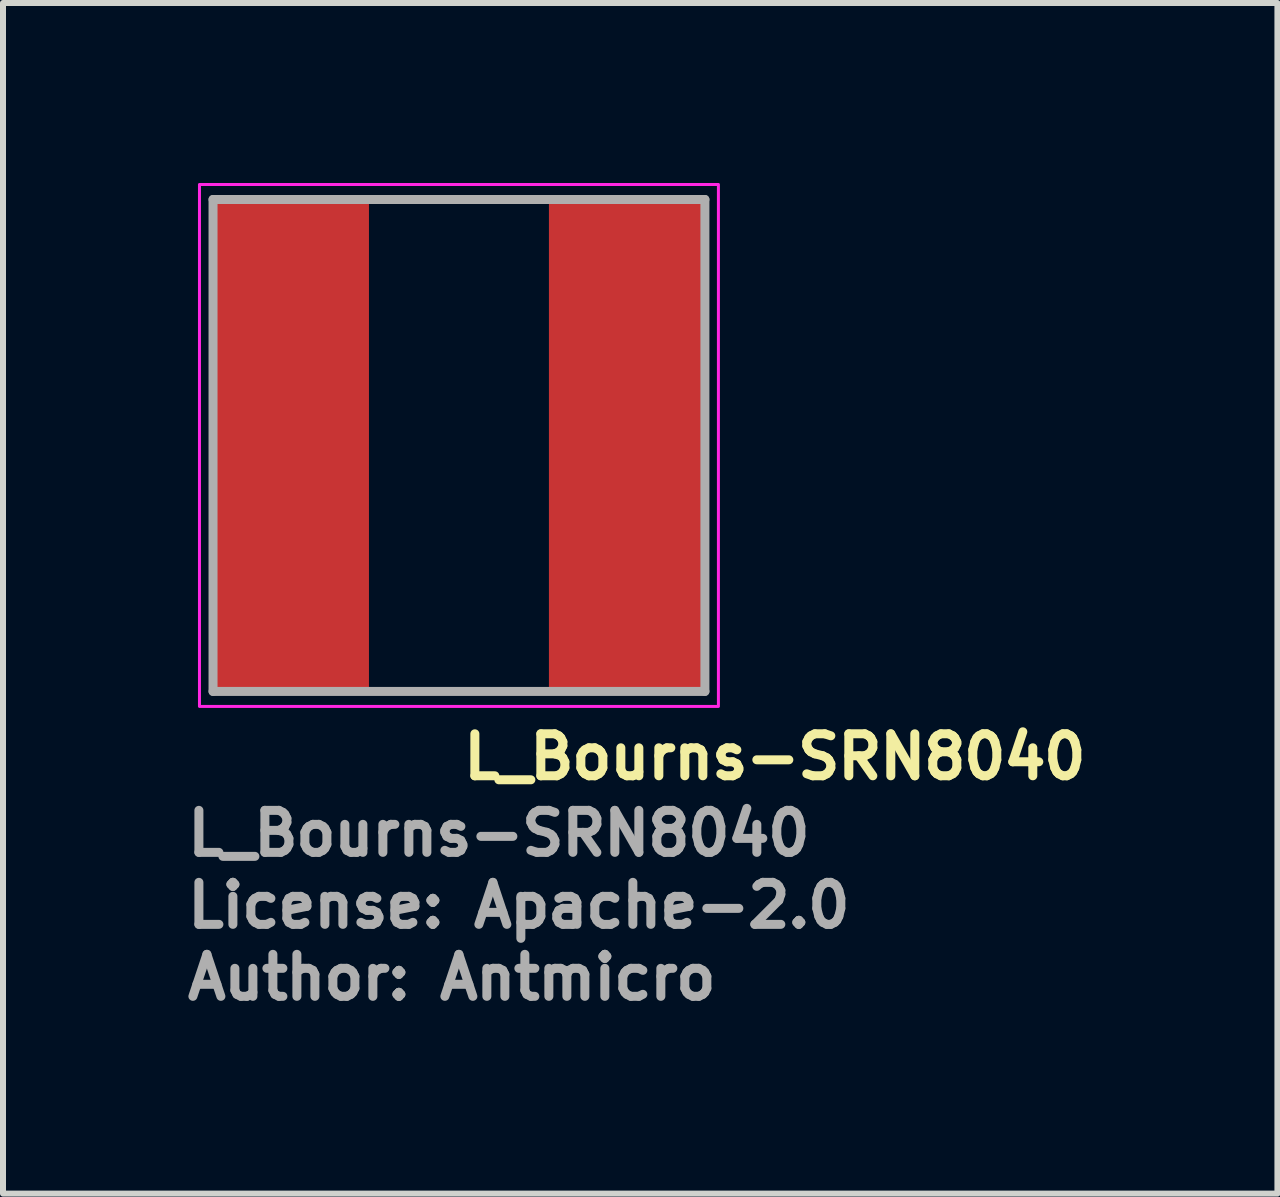
<source format=kicad_pcb>
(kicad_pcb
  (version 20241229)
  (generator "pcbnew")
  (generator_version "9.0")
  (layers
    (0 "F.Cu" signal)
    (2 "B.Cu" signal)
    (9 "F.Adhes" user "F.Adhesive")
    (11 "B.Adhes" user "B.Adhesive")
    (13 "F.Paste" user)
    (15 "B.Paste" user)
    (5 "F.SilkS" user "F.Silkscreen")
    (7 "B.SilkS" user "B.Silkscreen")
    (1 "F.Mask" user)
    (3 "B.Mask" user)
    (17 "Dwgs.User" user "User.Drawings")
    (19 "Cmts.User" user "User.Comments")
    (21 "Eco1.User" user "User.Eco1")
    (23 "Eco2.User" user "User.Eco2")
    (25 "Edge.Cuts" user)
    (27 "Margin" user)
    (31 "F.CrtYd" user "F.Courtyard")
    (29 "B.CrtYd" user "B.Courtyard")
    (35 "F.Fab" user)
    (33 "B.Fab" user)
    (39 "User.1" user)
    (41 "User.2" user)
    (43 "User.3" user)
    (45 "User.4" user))
  (footprint "L_Bourns-SRN8040"
    (layer "F.Cu")
    (at 4.6 4.375)
    (property "Reference" "L_Bourns-SRN8040" (at 0 5.6 0) (layer "F.SilkS") (effects (font (size 0.7 0.7) (thickness 0.15)) (justify left bottom)))
    (attr smd)
    (fp_line (start -1.3 -4.1) (end 1.3 -4.1) (stroke (width 0.12) (type solid)) (layer "F.SilkS"))
    (fp_line (start -1.3 4.1) (end 1.3 4.1) (stroke (width 0.12) (type solid)) (layer "F.SilkS"))
    (fp_rect (start -4.325 -4.35) (end 4.325 4.35) (stroke (width 0.05) (type solid)) (fill no) (layer "F.CrtYd"))
    (fp_line (start -4.099 -4.1) (end 4.1 -4.1) (stroke (width 0.15) (type solid)) (layer "F.Fab"))
    (fp_line (start -4.099 4.1) (end -4.099 -4.1) (stroke (width 0.15) (type solid)) (layer "F.Fab"))
    (fp_line (start 4.1 -4.1) (end 4.1 4.1) (stroke (width 0.15) (type solid)) (layer "F.Fab"))
    (fp_line (start 4.1 4.1) (end -4.099 4.1) (stroke (width 0.15) (type solid)) (layer "F.Fab"))
    (fp_rect (start -4 -4) (end 4 4) (stroke (width 0.1) (type solid)) (fill no) (layer "User.5"))
    (fp_line (start -4 -3.1) (end -4 3.1) (stroke (width 0.02) (type solid)) (layer "User.9"))
    (fp_line (start -4 3.1) (end -3.999 3.102) (stroke (width 0.02) (type solid)) (layer "User.9"))
    (fp_line (start -3.999 -3.109) (end -3.999 -3.107) (stroke (width 0.02) (type solid)) (layer "User.9"))
    (fp_line (start -3.999 -3.107) (end -3.999 -3.104) (stroke (width 0.02) (type solid)) (layer "User.9"))
    (fp_line (start -3.999 -3.104) (end -3.999 -3.102) (stroke (width 0.02) (type solid)) (layer "User.9"))
    (fp_line (start -3.999 -3.102) (end -4 -3.1) (stroke (width 0.02) (type solid)) (layer "User.9"))
    (fp_line (start -3.999 3.102) (end -3.999 3.104) (stroke (width 0.02) (type solid)) (layer "User.9"))
    (fp_line (start -3.999 3.104) (end -3.999 3.107) (stroke (width 0.02) (type solid)) (layer "User.9"))
    (fp_line (start -3.999 3.107) (end -3.999 3.109) (stroke (width 0.02) (type solid)) (layer "User.9"))
    (fp_line (start -3.999 3.109) (end -3.998 3.112) (stroke (width 0.02) (type solid)) (layer "User.9"))
    (fp_line (start -3.998 -3.112) (end -3.999 -3.109) (stroke (width 0.02) (type solid)) (layer "User.9"))
    (fp_line (start -3.998 3.112) (end -3.997 3.114) (stroke (width 0.02) (type solid)) (layer "User.9"))
    (fp_line (start -3.997 -3.116) (end -3.997 -3.114) (stroke (width 0.02) (type solid)) (layer "User.9"))
    (fp_line (start -3.997 -3.114) (end -3.998 -3.112) (stroke (width 0.02) (type solid)) (layer "User.9"))
    (fp_line (start -3.997 3.114) (end -3.997 3.116) (stroke (width 0.02) (type solid)) (layer "User.9"))
    (fp_line (start -3.997 3.116) (end -3.996 3.119) (stroke (width 0.02) (type solid)) (layer "User.9"))
    (fp_line (start -3.996 -3.119) (end -3.997 -3.116) (stroke (width 0.02) (type solid)) (layer "User.9"))
    (fp_line (start -3.996 3.119) (end -3.995 3.121) (stroke (width 0.02) (type solid)) (layer "User.9"))
    (fp_line (start -3.995 -3.121) (end -3.996 -3.119) (stroke (width 0.02) (type solid)) (layer "User.9"))
    (fp_line (start -3.995 3.121) (end -3.994 3.123) (stroke (width 0.02) (type solid)) (layer "User.9"))
    (fp_line (start -3.994 -3.123) (end -3.995 -3.121) (stroke (width 0.02) (type solid)) (layer "User.9"))
    (fp_line (start -3.994 3.123) (end -3.992 3.125) (stroke (width 0.02) (type solid)) (layer "User.9"))
    (fp_line (start -3.992 -3.125) (end -3.994 -3.123) (stroke (width 0.02) (type solid)) (layer "User.9"))
    (fp_line (start -3.992 3.125) (end -3.991 3.127) (stroke (width 0.02) (type solid)) (layer "User.9"))
    (fp_line (start -3.991 -3.127) (end -3.992 -3.125) (stroke (width 0.02) (type solid)) (layer "User.9"))
    (fp_line (start -3.991 3.127) (end -3.99 3.129) (stroke (width 0.02) (type solid)) (layer "User.9"))
    (fp_line (start -3.99 -3.129) (end -3.991 -3.127) (stroke (width 0.02) (type solid)) (layer "User.9"))
    (fp_line (start -3.99 3.129) (end -3.988 3.131) (stroke (width 0.02) (type solid)) (layer "User.9"))
    (fp_line (start -3.988 -3.131) (end -3.99 -3.129) (stroke (width 0.02) (type solid)) (layer "User.9"))
    (fp_line (start -3.988 3.131) (end -3.987 3.133) (stroke (width 0.02) (type solid)) (layer "User.9"))
    (fp_line (start -3.987 -3.133) (end -3.988 -3.131) (stroke (width 0.02) (type solid)) (layer "User.9"))
    (fp_line (start -3.987 3.133) (end -3.985 3.135) (stroke (width 0.02) (type solid)) (layer "User.9"))
    (fp_line (start -3.985 -3.135) (end -3.987 -3.133) (stroke (width 0.02) (type solid)) (layer "User.9"))
    (fp_line (start -3.985 -3.135) (end -3.985 -3.135) (stroke (width 0.02) (type solid)) (layer "User.9"))
    (fp_line (start -3.985 3.135) (end -3.985 3.135) (stroke (width 0.02) (type solid)) (layer "User.9"))
    (fp_line (start -3.985 3.135) (end -3.983 3.137) (stroke (width 0.02) (type solid)) (layer "User.9"))
    (fp_line (start -3.983 -3.137) (end -3.985 -3.135) (stroke (width 0.02) (type solid)) (layer "User.9"))
    (fp_line (start -3.983 3.137) (end -3.981 3.138) (stroke (width 0.02) (type solid)) (layer "User.9"))
    (fp_line (start -3.981 -3.138) (end -3.983 -3.137) (stroke (width 0.02) (type solid)) (layer "User.9"))
    (fp_line (start -3.981 3.138) (end -3.979 3.14) (stroke (width 0.02) (type solid)) (layer "User.9"))
    (fp_line (start -3.979 -3.14) (end -3.981 -3.138) (stroke (width 0.02) (type solid)) (layer "User.9"))
    (fp_line (start -3.979 3.14) (end -3.977 3.141) (stroke (width 0.02) (type solid)) (layer "User.9"))
    (fp_line (start -3.977 -3.141) (end -3.979 -3.14) (stroke (width 0.02) (type solid)) (layer "User.9"))
    (fp_line (start -3.977 3.141) (end -3.975 3.142) (stroke (width 0.02) (type solid)) (layer "User.9"))
    (fp_line (start -3.975 -3.142) (end -3.977 -3.141) (stroke (width 0.02) (type solid)) (layer "User.9"))
    (fp_line (start -3.975 3.142) (end -3.973 3.144) (stroke (width 0.02) (type solid)) (layer "User.9"))
    (fp_line (start -3.973 -3.144) (end -3.975 -3.142) (stroke (width 0.02) (type solid)) (layer "User.9"))
    (fp_line (start -3.973 3.144) (end -3.971 3.145) (stroke (width 0.02) (type solid)) (layer "User.9"))
    (fp_line (start -3.971 -3.145) (end -3.973 -3.144) (stroke (width 0.02) (type solid)) (layer "User.9"))
    (fp_line (start -3.971 3.145) (end -3.969 3.146) (stroke (width 0.02) (type solid)) (layer "User.9"))
    (fp_line (start -3.969 -3.146) (end -3.971 -3.145) (stroke (width 0.02) (type solid)) (layer "User.9"))
    (fp_line (start -3.969 3.146) (end -3.966 3.147) (stroke (width 0.02) (type solid)) (layer "User.9"))
    (fp_line (start -3.966 -3.147) (end -3.969 -3.146) (stroke (width 0.02) (type solid)) (layer "User.9"))
    (fp_line (start -3.966 3.147) (end -3.964 3.147) (stroke (width 0.02) (type solid)) (layer "User.9"))
    (fp_line (start -3.964 -3.147) (end -3.966 -3.147) (stroke (width 0.02) (type solid)) (layer "User.9"))
    (fp_line (start -3.964 3.147) (end -3.962 3.148) (stroke (width 0.02) (type solid)) (layer "User.9"))
    (fp_line (start -3.962 -3.148) (end -3.964 -3.147) (stroke (width 0.02) (type solid)) (layer "User.9"))
    (fp_line (start -3.962 3.148) (end -3.959 3.149) (stroke (width 0.02) (type solid)) (layer "User.9"))
    (fp_line (start -3.959 -3.149) (end -3.962 -3.148) (stroke (width 0.02) (type solid)) (layer "User.9"))
    (fp_line (start -3.959 3.149) (end -3.957 3.149) (stroke (width 0.02) (type solid)) (layer "User.9"))
    (fp_line (start -3.957 -3.149) (end -3.959 -3.149) (stroke (width 0.02) (type solid)) (layer "User.9"))
    (fp_line (start -3.957 3.149) (end -3.954 3.149) (stroke (width 0.02) (type solid)) (layer "User.9"))
    (fp_line (start -3.954 -3.149) (end -3.957 -3.149) (stroke (width 0.02) (type solid)) (layer "User.9"))
    (fp_line (start -3.954 3.149) (end -3.952 3.149) (stroke (width 0.02) (type solid)) (layer "User.9"))
    (fp_line (start -3.952 -3.149) (end -3.954 -3.149) (stroke (width 0.02) (type solid)) (layer "User.9"))
    (fp_line (start -3.952 3.149) (end -3.95 3.15) (stroke (width 0.02) (type solid)) (layer "User.9"))
    (fp_line (start -3.95 -3.15) (end -3.952 -3.149) (stroke (width 0.02) (type solid)) (layer "User.9"))
    (fp_line (start -3.95 -3.15) (end -3.54 -3.15) (stroke (width 0.02) (type solid)) (layer "User.9"))
    (fp_line (start -3.95 3.15) (end -3.48 3.15) (stroke (width 0.02) (type solid)) (layer "User.9"))
    (fp_line (start -3.569 3.15) (end -3.48 3.15) (stroke (width 0.02) (type solid)) (layer "User.9"))
    (fp_line (start -3.54 3.15) (end -3.95 3.15) (stroke (width 0.02) (type solid)) (layer "User.9"))
    (fp_line (start -3.529 -3.109) (end -3.528 -3.112) (stroke (width 0.02) (type solid)) (layer "User.9"))
    (fp_line (start -3.529 -3.107) (end -3.529 -3.109) (stroke (width 0.02) (type solid)) (layer "User.9"))
    (fp_line (start -3.529 -3.104) (end -3.529 -3.107) (stroke (width 0.02) (type solid)) (layer "User.9"))
    (fp_line (start -3.529 -3.102) (end -3.529 -3.104) (stroke (width 0.02) (type solid)) (layer "User.9"))
    (fp_line (start -3.529 -3.1) (end -3.529 -3.102) (stroke (width 0.02) (type solid)) (layer "User.9"))
    (fp_line (start -3.529 -3.1) (end -3.529 3.1) (stroke (width 0.02) (type solid)) (layer "User.9"))
    (fp_line (start -3.529 3.102) (end -3.529 3.1) (stroke (width 0.02) (type solid)) (layer "User.9"))
    (fp_line (start -3.529 3.104) (end -3.529 3.102) (stroke (width 0.02) (type solid)) (layer "User.9"))
    (fp_line (start -3.529 3.107) (end -3.529 3.104) (stroke (width 0.02) (type solid)) (layer "User.9"))
    (fp_line (start -3.529 3.109) (end -3.529 3.107) (stroke (width 0.02) (type solid)) (layer "User.9"))
    (fp_line (start -3.528 -3.112) (end -3.527 -3.114) (stroke (width 0.02) (type solid)) (layer "User.9"))
    (fp_line (start -3.528 3.112) (end -3.529 3.109) (stroke (width 0.02) (type solid)) (layer "User.9"))
    (fp_line (start -3.527 -3.116) (end -3.526 -3.119) (stroke (width 0.02) (type solid)) (layer "User.9"))
    (fp_line (start -3.527 -3.114) (end -3.527 -3.116) (stroke (width 0.02) (type solid)) (layer "User.9"))
    (fp_line (start -3.527 3.114) (end -3.528 3.112) (stroke (width 0.02) (type solid)) (layer "User.9"))
    (fp_line (start -3.527 3.116) (end -3.527 3.114) (stroke (width 0.02) (type solid)) (layer "User.9"))
    (fp_line (start -3.526 -3.119) (end -3.525 -3.121) (stroke (width 0.02) (type solid)) (layer "User.9"))
    (fp_line (start -3.526 3.119) (end -3.527 3.116) (stroke (width 0.02) (type solid)) (layer "User.9"))
    (fp_line (start -3.525 -3.121) (end -3.524 -3.123) (stroke (width 0.02) (type solid)) (layer "User.9"))
    (fp_line (start -3.525 3.121) (end -3.526 3.119) (stroke (width 0.02) (type solid)) (layer "User.9"))
    (fp_line (start -3.524 -3.123) (end -3.522 -3.125) (stroke (width 0.02) (type solid)) (layer "User.9"))
    (fp_line (start -3.524 3.123) (end -3.525 3.121) (stroke (width 0.02) (type solid)) (layer "User.9"))
    (fp_line (start -3.522 -3.125) (end -3.521 -3.127) (stroke (width 0.02) (type solid)) (layer "User.9"))
    (fp_line (start -3.522 3.125) (end -3.524 3.123) (stroke (width 0.02) (type solid)) (layer "User.9"))
    (fp_line (start -3.521 -3.127) (end -3.52 -3.129) (stroke (width 0.02) (type solid)) (layer "User.9"))
    (fp_line (start -3.521 3.127) (end -3.522 3.125) (stroke (width 0.02) (type solid)) (layer "User.9"))
    (fp_line (start -3.52 -3.129) (end -3.518 -3.131) (stroke (width 0.02) (type solid)) (layer "User.9"))
    (fp_line (start -3.52 3.129) (end -3.521 3.127) (stroke (width 0.02) (type solid)) (layer "User.9"))
    (fp_line (start -3.518 -3.131) (end -3.517 -3.133) (stroke (width 0.02) (type solid)) (layer "User.9"))
    (fp_line (start -3.518 3.131) (end -3.52 3.129) (stroke (width 0.02) (type solid)) (layer "User.9"))
    (fp_line (start -3.517 -3.133) (end -3.515 -3.135) (stroke (width 0.02) (type solid)) (layer "User.9"))
    (fp_line (start -3.517 3.133) (end -3.518 3.131) (stroke (width 0.02) (type solid)) (layer "User.9"))
    (fp_line (start -3.515 -3.135) (end -3.515 -3.135) (stroke (width 0.02) (type solid)) (layer "User.9"))
    (fp_line (start -3.515 -3.135) (end -3.513 -3.137) (stroke (width 0.02) (type solid)) (layer "User.9"))
    (fp_line (start -3.515 3.135) (end -3.517 3.133) (stroke (width 0.02) (type solid)) (layer "User.9"))
    (fp_line (start -3.515 3.135) (end -3.515 3.135) (stroke (width 0.02) (type solid)) (layer "User.9"))
    (fp_line (start -3.513 -3.137) (end -3.511 -3.138) (stroke (width 0.02) (type solid)) (layer "User.9"))
    (fp_line (start -3.513 3.137) (end -3.515 3.135) (stroke (width 0.02) (type solid)) (layer "User.9"))
    (fp_line (start -3.511 -3.138) (end -3.509 -3.14) (stroke (width 0.02) (type solid)) (layer "User.9"))
    (fp_line (start -3.511 3.138) (end -3.513 3.137) (stroke (width 0.02) (type solid)) (layer "User.9"))
    (fp_line (start -3.509 -3.14) (end -3.507 -3.141) (stroke (width 0.02) (type solid)) (layer "User.9"))
    (fp_line (start -3.509 3.14) (end -3.511 3.138) (stroke (width 0.02) (type solid)) (layer "User.9"))
    (fp_line (start -3.507 -3.141) (end -3.505 -3.142) (stroke (width 0.02) (type solid)) (layer "User.9"))
    (fp_line (start -3.507 3.141) (end -3.509 3.14) (stroke (width 0.02) (type solid)) (layer "User.9"))
    (fp_line (start -3.505 -3.142) (end -3.503 -3.144) (stroke (width 0.02) (type solid)) (layer "User.9"))
    (fp_line (start -3.505 3.142) (end -3.507 3.141) (stroke (width 0.02) (type solid)) (layer "User.9"))
    (fp_line (start -3.503 -3.144) (end -3.501 -3.145) (stroke (width 0.02) (type solid)) (layer "User.9"))
    (fp_line (start -3.503 3.144) (end -3.505 3.142) (stroke (width 0.02) (type solid)) (layer "User.9"))
    (fp_line (start -3.501 -3.145) (end -3.499 -3.146) (stroke (width 0.02) (type solid)) (layer "User.9"))
    (fp_line (start -3.501 3.145) (end -3.503 3.144) (stroke (width 0.02) (type solid)) (layer "User.9"))
    (fp_line (start -3.499 -3.146) (end -3.496 -3.147) (stroke (width 0.02) (type solid)) (layer "User.9"))
    (fp_line (start -3.499 3.146) (end -3.501 3.145) (stroke (width 0.02) (type solid)) (layer "User.9"))
    (fp_line (start -3.496 -3.147) (end -3.494 -3.147) (stroke (width 0.02) (type solid)) (layer "User.9"))
    (fp_line (start -3.496 3.147) (end -3.499 3.146) (stroke (width 0.02) (type solid)) (layer "User.9"))
    (fp_line (start -3.494 -3.147) (end -3.492 -3.148) (stroke (width 0.02) (type solid)) (layer "User.9"))
    (fp_line (start -3.494 3.147) (end -3.496 3.147) (stroke (width 0.02) (type solid)) (layer "User.9"))
    (fp_line (start -3.492 -3.148) (end -3.489 -3.149) (stroke (width 0.02) (type solid)) (layer "User.9"))
    (fp_line (start -3.492 3.148) (end -3.494 3.147) (stroke (width 0.02) (type solid)) (layer "User.9"))
    (fp_line (start -3.489 -3.149) (end -3.487 -3.149) (stroke (width 0.02) (type solid)) (layer "User.9"))
    (fp_line (start -3.489 3.149) (end -3.492 3.148) (stroke (width 0.02) (type solid)) (layer "User.9"))
    (fp_line (start -3.487 -3.149) (end -3.484 -3.149) (stroke (width 0.02) (type solid)) (layer "User.9"))
    (fp_line (start -3.487 3.149) (end -3.489 3.149) (stroke (width 0.02) (type solid)) (layer "User.9"))
    (fp_line (start -3.484 -3.149) (end -3.482 -3.149) (stroke (width 0.02) (type solid)) (layer "User.9"))
    (fp_line (start -3.484 3.149) (end -3.487 3.149) (stroke (width 0.02) (type solid)) (layer "User.9"))
    (fp_line (start -3.482 -3.149) (end -3.48 -3.15) (stroke (width 0.02) (type solid)) (layer "User.9"))
    (fp_line (start -3.482 3.149) (end -3.484 3.149) (stroke (width 0.02) (type solid)) (layer "User.9"))
    (fp_line (start -3.48 -3.15) (end -3.95 -3.15) (stroke (width 0.02) (type solid)) (layer "User.9"))
    (fp_line (start -3.48 -3.15) (end -3.569 -3.15) (stroke (width 0.02) (type solid)) (layer "User.9"))
    (fp_line (start -3.48 3.15) (end -3.482 3.149) (stroke (width 0.02) (type solid)) (layer "User.9"))
    (fp_line (start -3.48 3.15) (end -2.52 3.15) (stroke (width 0.02) (type solid)) (layer "User.9"))
    (fp_line (start -2.52 -3.15) (end -3.48 -3.15) (stroke (width 0.02) (type solid)) (layer "User.9"))
    (fp_line (start -2.52 3.15) (end -1.684 3.985) (stroke (width 0.02) (type solid)) (layer "User.9"))
    (fp_line (start -2.499 -3.1) (end -2.52 -3.15) (stroke (width 0.02) (type solid)) (layer "User.9"))
    (fp_line (start -2.499 3.1) (end -2.52 3.15) (stroke (width 0.02) (type solid)) (layer "User.9"))
    (fp_line (start -1.684 -3.985) (end -2.52 -3.15) (stroke (width 0.02) (type solid)) (layer "User.9"))
    (fp_line (start -1.684 -3.985) (end -1.682 -3.987) (stroke (width 0.02) (type solid)) (layer "User.9"))
    (fp_line (start -1.682 -3.987) (end -1.68 -3.988) (stroke (width 0.02) (type solid)) (layer "User.9"))
    (fp_line (start -1.682 3.987) (end -1.684 3.985) (stroke (width 0.02) (type solid)) (layer "User.9"))
    (fp_line (start -1.68 -3.988) (end -1.679 -3.99) (stroke (width 0.02) (type solid)) (layer "User.9"))
    (fp_line (start -1.68 3.988) (end -1.682 3.987) (stroke (width 0.02) (type solid)) (layer "User.9"))
    (fp_line (start -1.679 -3.99) (end -1.677 -3.991) (stroke (width 0.02) (type solid)) (layer "User.9"))
    (fp_line (start -1.679 3.99) (end -1.68 3.988) (stroke (width 0.02) (type solid)) (layer "User.9"))
    (fp_line (start -1.677 -3.991) (end -1.674 -3.992) (stroke (width 0.02) (type solid)) (layer "User.9"))
    (fp_line (start -1.677 3.991) (end -1.679 3.99) (stroke (width 0.02) (type solid)) (layer "User.9"))
    (fp_line (start -1.674 -3.992) (end -1.672 -3.994) (stroke (width 0.02) (type solid)) (layer "User.9"))
    (fp_line (start -1.674 3.992) (end -1.677 3.991) (stroke (width 0.02) (type solid)) (layer "User.9"))
    (fp_line (start -1.672 -3.994) (end -1.67 -3.995) (stroke (width 0.02) (type solid)) (layer "User.9"))
    (fp_line (start -1.672 3.994) (end -1.674 3.992) (stroke (width 0.02) (type solid)) (layer "User.9"))
    (fp_line (start -1.67 -3.995) (end -1.668 -3.996) (stroke (width 0.02) (type solid)) (layer "User.9"))
    (fp_line (start -1.67 3.995) (end -1.672 3.994) (stroke (width 0.02) (type solid)) (layer "User.9"))
    (fp_line (start -1.668 -3.996) (end -1.666 -3.997) (stroke (width 0.02) (type solid)) (layer "User.9"))
    (fp_line (start -1.668 3.996) (end -1.67 3.995) (stroke (width 0.02) (type solid)) (layer "User.9"))
    (fp_line (start -1.666 -3.997) (end -1.663 -3.997) (stroke (width 0.02) (type solid)) (layer "User.9"))
    (fp_line (start -1.666 3.997) (end -1.668 3.996) (stroke (width 0.02) (type solid)) (layer "User.9"))
    (fp_line (start -1.663 -3.997) (end -1.661 -3.998) (stroke (width 0.02) (type solid)) (layer "User.9"))
    (fp_line (start -1.663 3.997) (end -1.666 3.997) (stroke (width 0.02) (type solid)) (layer "User.9"))
    (fp_line (start -1.661 -3.998) (end -1.659 -3.999) (stroke (width 0.02) (type solid)) (layer "User.9"))
    (fp_line (start -1.661 3.998) (end -1.663 3.997) (stroke (width 0.02) (type solid)) (layer "User.9"))
    (fp_line (start -1.659 -3.999) (end -1.656 -3.999) (stroke (width 0.02) (type solid)) (layer "User.9"))
    (fp_line (start -1.659 3.999) (end -1.661 3.998) (stroke (width 0.02) (type solid)) (layer "User.9"))
    (fp_line (start -1.656 -3.999) (end -1.654 -3.999) (stroke (width 0.02) (type solid)) (layer "User.9"))
    (fp_line (start -1.656 3.999) (end -1.659 3.999) (stroke (width 0.02) (type solid)) (layer "User.9"))
    (fp_line (start -1.654 -3.999) (end -1.651 -3.999) (stroke (width 0.02) (type solid)) (layer "User.9"))
    (fp_line (start -1.654 3.999) (end -1.656 3.999) (stroke (width 0.02) (type solid)) (layer "User.9"))
    (fp_line (start -1.651 -3.999) (end -1.649 -4) (stroke (width 0.02) (type solid)) (layer "User.9"))
    (fp_line (start -1.651 3.999) (end -1.654 3.999) (stroke (width 0.02) (type solid)) (layer "User.9"))
    (fp_line (start -1.649 -3.95) (end -1.684 -3.985) (stroke (width 0.02) (type solid)) (layer "User.9"))
    (fp_line (start -1.649 3.95) (end -1.649 4) (stroke (width 0.02) (type solid)) (layer "User.9"))
    (fp_line (start -1.649 4) (end -1.651 3.999) (stroke (width 0.02) (type solid)) (layer "User.9"))
    (fp_line (start -1.649 4) (end 1.649 4) (stroke (width 0.02) (type solid)) (layer "User.9"))
    (fp_line (start 1.649 -4) (end -1.649 -4) (stroke (width 0.02) (type solid)) (layer "User.9"))
    (fp_line (start 1.649 -4) (end 1.651 -3.999) (stroke (width 0.02) (type solid)) (layer "User.9"))
    (fp_line (start 1.649 -3.95) (end 1.649 -4) (stroke (width 0.02) (type solid)) (layer "User.9"))
    (fp_line (start 1.649 3.95) (end 1.684 3.985) (stroke (width 0.02) (type solid)) (layer "User.9"))
    (fp_line (start 1.651 -3.999) (end 1.654 -3.999) (stroke (width 0.02) (type solid)) (layer "User.9"))
    (fp_line (start 1.651 3.999) (end 1.649 4) (stroke (width 0.02) (type solid)) (layer "User.9"))
    (fp_line (start 1.654 -3.999) (end 1.656 -3.999) (stroke (width 0.02) (type solid)) (layer "User.9"))
    (fp_line (start 1.654 3.999) (end 1.651 3.999) (stroke (width 0.02) (type solid)) (layer "User.9"))
    (fp_line (start 1.656 -3.999) (end 1.659 -3.999) (stroke (width 0.02) (type solid)) (layer "User.9"))
    (fp_line (start 1.656 3.999) (end 1.654 3.999) (stroke (width 0.02) (type solid)) (layer "User.9"))
    (fp_line (start 1.659 -3.999) (end 1.661 -3.998) (stroke (width 0.02) (type solid)) (layer "User.9"))
    (fp_line (start 1.659 3.999) (end 1.656 3.999) (stroke (width 0.02) (type solid)) (layer "User.9"))
    (fp_line (start 1.661 -3.998) (end 1.663 -3.997) (stroke (width 0.02) (type solid)) (layer "User.9"))
    (fp_line (start 1.661 3.998) (end 1.659 3.999) (stroke (width 0.02) (type solid)) (layer "User.9"))
    (fp_line (start 1.663 -3.997) (end 1.666 -3.997) (stroke (width 0.02) (type solid)) (layer "User.9"))
    (fp_line (start 1.663 3.997) (end 1.661 3.998) (stroke (width 0.02) (type solid)) (layer "User.9"))
    (fp_line (start 1.666 -3.997) (end 1.668 -3.996) (stroke (width 0.02) (type solid)) (layer "User.9"))
    (fp_line (start 1.666 3.997) (end 1.663 3.997) (stroke (width 0.02) (type solid)) (layer "User.9"))
    (fp_line (start 1.668 -3.996) (end 1.67 -3.995) (stroke (width 0.02) (type solid)) (layer "User.9"))
    (fp_line (start 1.668 3.996) (end 1.666 3.997) (stroke (width 0.02) (type solid)) (layer "User.9"))
    (fp_line (start 1.67 -3.995) (end 1.672 -3.994) (stroke (width 0.02) (type solid)) (layer "User.9"))
    (fp_line (start 1.67 3.995) (end 1.668 3.996) (stroke (width 0.02) (type solid)) (layer "User.9"))
    (fp_line (start 1.672 -3.994) (end 1.674 -3.992) (stroke (width 0.02) (type solid)) (layer "User.9"))
    (fp_line (start 1.672 3.994) (end 1.67 3.995) (stroke (width 0.02) (type solid)) (layer "User.9"))
    (fp_line (start 1.674 -3.992) (end 1.677 -3.991) (stroke (width 0.02) (type solid)) (layer "User.9"))
    (fp_line (start 1.674 3.992) (end 1.672 3.994) (stroke (width 0.02) (type solid)) (layer "User.9"))
    (fp_line (start 1.677 -3.991) (end 1.679 -3.99) (stroke (width 0.02) (type solid)) (layer "User.9"))
    (fp_line (start 1.677 3.991) (end 1.674 3.992) (stroke (width 0.02) (type solid)) (layer "User.9"))
    (fp_line (start 1.679 -3.99) (end 1.68 -3.988) (stroke (width 0.02) (type solid)) (layer "User.9"))
    (fp_line (start 1.679 3.99) (end 1.677 3.991) (stroke (width 0.02) (type solid)) (layer "User.9"))
    (fp_line (start 1.68 -3.988) (end 1.682 -3.987) (stroke (width 0.02) (type solid)) (layer "User.9"))
    (fp_line (start 1.68 3.988) (end 1.679 3.99) (stroke (width 0.02) (type solid)) (layer "User.9"))
    (fp_line (start 1.682 -3.987) (end 1.684 -3.985) (stroke (width 0.02) (type solid)) (layer "User.9"))
    (fp_line (start 1.682 3.987) (end 1.68 3.988) (stroke (width 0.02) (type solid)) (layer "User.9"))
    (fp_line (start 1.684 3.985) (end 1.682 3.987) (stroke (width 0.02) (type solid)) (layer "User.9"))
    (fp_line (start 1.684 3.985) (end 2.52 3.15) (stroke (width 0.02) (type solid)) (layer "User.9"))
    (fp_line (start 2.499 -3.1) (end 2.52 -3.15) (stroke (width 0.02) (type solid)) (layer "User.9"))
    (fp_line (start 2.499 3.1) (end 2.52 3.15) (stroke (width 0.02) (type solid)) (layer "User.9"))
    (fp_line (start 2.52 -3.15) (end 1.684 -3.985) (stroke (width 0.02) (type solid)) (layer "User.9"))
    (fp_line (start 2.52 3.15) (end 3.48 3.15) (stroke (width 0.02) (type solid)) (layer "User.9"))
    (fp_line (start 3.48 -3.15) (end 2.52 -3.15) (stroke (width 0.02) (type solid)) (layer "User.9"))
    (fp_line (start 3.48 -3.15) (end 3.482 -3.149) (stroke (width 0.02) (type solid)) (layer "User.9"))
    (fp_line (start 3.48 -3.15) (end 3.569 -3.15) (stroke (width 0.02) (type solid)) (layer "User.9"))
    (fp_line (start 3.48 3.15) (end 3.569 3.15) (stroke (width 0.02) (type solid)) (layer "User.9"))
    (fp_line (start 3.48 3.15) (end 3.95 3.15) (stroke (width 0.02) (type solid)) (layer "User.9"))
    (fp_line (start 3.482 -3.149) (end 3.484 -3.149) (stroke (width 0.02) (type solid)) (layer "User.9"))
    (fp_line (start 3.482 3.149) (end 3.48 3.15) (stroke (width 0.02) (type solid)) (layer "User.9"))
    (fp_line (start 3.484 -3.149) (end 3.487 -3.149) (stroke (width 0.02) (type solid)) (layer "User.9"))
    (fp_line (start 3.484 3.149) (end 3.482 3.149) (stroke (width 0.02) (type solid)) (layer "User.9"))
    (fp_line (start 3.487 -3.149) (end 3.489 -3.149) (stroke (width 0.02) (type solid)) (layer "User.9"))
    (fp_line (start 3.487 3.149) (end 3.484 3.149) (stroke (width 0.02) (type solid)) (layer "User.9"))
    (fp_line (start 3.489 -3.149) (end 3.492 -3.148) (stroke (width 0.02) (type solid)) (layer "User.9"))
    (fp_line (start 3.489 3.149) (end 3.487 3.149) (stroke (width 0.02) (type solid)) (layer "User.9"))
    (fp_line (start 3.492 -3.148) (end 3.494 -3.147) (stroke (width 0.02) (type solid)) (layer "User.9"))
    (fp_line (start 3.492 3.148) (end 3.489 3.149) (stroke (width 0.02) (type solid)) (layer "User.9"))
    (fp_line (start 3.494 -3.147) (end 3.496 -3.147) (stroke (width 0.02) (type solid)) (layer "User.9"))
    (fp_line (start 3.494 3.147) (end 3.492 3.148) (stroke (width 0.02) (type solid)) (layer "User.9"))
    (fp_line (start 3.496 -3.147) (end 3.499 -3.146) (stroke (width 0.02) (type solid)) (layer "User.9"))
    (fp_line (start 3.496 3.147) (end 3.494 3.147) (stroke (width 0.02) (type solid)) (layer "User.9"))
    (fp_line (start 3.499 -3.146) (end 3.501 -3.145) (stroke (width 0.02) (type solid)) (layer "User.9"))
    (fp_line (start 3.499 3.146) (end 3.496 3.147) (stroke (width 0.02) (type solid)) (layer "User.9"))
    (fp_line (start 3.501 -3.145) (end 3.503 -3.144) (stroke (width 0.02) (type solid)) (layer "User.9"))
    (fp_line (start 3.501 3.145) (end 3.499 3.146) (stroke (width 0.02) (type solid)) (layer "User.9"))
    (fp_line (start 3.503 -3.144) (end 3.505 -3.142) (stroke (width 0.02) (type solid)) (layer "User.9"))
    (fp_line (start 3.503 3.144) (end 3.501 3.145) (stroke (width 0.02) (type solid)) (layer "User.9"))
    (fp_line (start 3.505 -3.142) (end 3.507 -3.141) (stroke (width 0.02) (type solid)) (layer "User.9"))
    (fp_line (start 3.505 3.142) (end 3.503 3.144) (stroke (width 0.02) (type solid)) (layer "User.9"))
    (fp_line (start 3.507 -3.141) (end 3.509 -3.14) (stroke (width 0.02) (type solid)) (layer "User.9"))
    (fp_line (start 3.507 3.141) (end 3.505 3.142) (stroke (width 0.02) (type solid)) (layer "User.9"))
    (fp_line (start 3.509 -3.14) (end 3.511 -3.138) (stroke (width 0.02) (type solid)) (layer "User.9"))
    (fp_line (start 3.509 3.14) (end 3.507 3.141) (stroke (width 0.02) (type solid)) (layer "User.9"))
    (fp_line (start 3.511 -3.138) (end 3.513 -3.137) (stroke (width 0.02) (type solid)) (layer "User.9"))
    (fp_line (start 3.511 3.138) (end 3.509 3.14) (stroke (width 0.02) (type solid)) (layer "User.9"))
    (fp_line (start 3.513 -3.137) (end 3.515 -3.135) (stroke (width 0.02) (type solid)) (layer "User.9"))
    (fp_line (start 3.513 3.137) (end 3.511 3.138) (stroke (width 0.02) (type solid)) (layer "User.9"))
    (fp_line (start 3.515 -3.135) (end 3.515 -3.135) (stroke (width 0.02) (type solid)) (layer "User.9"))
    (fp_line (start 3.515 -3.135) (end 3.517 -3.133) (stroke (width 0.02) (type solid)) (layer "User.9"))
    (fp_line (start 3.515 3.135) (end 3.513 3.137) (stroke (width 0.02) (type solid)) (layer "User.9"))
    (fp_line (start 3.515 3.135) (end 3.515 3.135) (stroke (width 0.02) (type solid)) (layer "User.9"))
    (fp_line (start 3.517 -3.133) (end 3.518 -3.131) (stroke (width 0.02) (type solid)) (layer "User.9"))
    (fp_line (start 3.517 3.133) (end 3.515 3.135) (stroke (width 0.02) (type solid)) (layer "User.9"))
    (fp_line (start 3.518 -3.131) (end 3.52 -3.129) (stroke (width 0.02) (type solid)) (layer "User.9"))
    (fp_line (start 3.518 3.131) (end 3.517 3.133) (stroke (width 0.02) (type solid)) (layer "User.9"))
    (fp_line (start 3.52 -3.129) (end 3.521 -3.127) (stroke (width 0.02) (type solid)) (layer "User.9"))
    (fp_line (start 3.52 3.129) (end 3.518 3.131) (stroke (width 0.02) (type solid)) (layer "User.9"))
    (fp_line (start 3.521 -3.127) (end 3.522 -3.125) (stroke (width 0.02) (type solid)) (layer "User.9"))
    (fp_line (start 3.521 3.127) (end 3.52 3.129) (stroke (width 0.02) (type solid)) (layer "User.9"))
    (fp_line (start 3.522 -3.125) (end 3.524 -3.123) (stroke (width 0.02) (type solid)) (layer "User.9"))
    (fp_line (start 3.522 3.125) (end 3.521 3.127) (stroke (width 0.02) (type solid)) (layer "User.9"))
    (fp_line (start 3.524 -3.123) (end 3.525 -3.121) (stroke (width 0.02) (type solid)) (layer "User.9"))
    (fp_line (start 3.524 3.123) (end 3.522 3.125) (stroke (width 0.02) (type solid)) (layer "User.9"))
    (fp_line (start 3.525 -3.121) (end 3.526 -3.119) (stroke (width 0.02) (type solid)) (layer "User.9"))
    (fp_line (start 3.525 3.121) (end 3.524 3.123) (stroke (width 0.02) (type solid)) (layer "User.9"))
    (fp_line (start 3.526 -3.119) (end 3.527 -3.116) (stroke (width 0.02) (type solid)) (layer "User.9"))
    (fp_line (start 3.526 3.119) (end 3.525 3.121) (stroke (width 0.02) (type solid)) (layer "User.9"))
    (fp_line (start 3.527 -3.116) (end 3.527 -3.114) (stroke (width 0.02) (type solid)) (layer "User.9"))
    (fp_line (start 3.527 -3.114) (end 3.528 -3.112) (stroke (width 0.02) (type solid)) (layer "User.9"))
    (fp_line (start 3.527 3.114) (end 3.527 3.116) (stroke (width 0.02) (type solid)) (layer "User.9"))
    (fp_line (start 3.527 3.116) (end 3.526 3.119) (stroke (width 0.02) (type solid)) (layer "User.9"))
    (fp_line (start 3.528 -3.112) (end 3.529 -3.109) (stroke (width 0.02) (type solid)) (layer "User.9"))
    (fp_line (start 3.528 3.112) (end 3.527 3.114) (stroke (width 0.02) (type solid)) (layer "User.9"))
    (fp_line (start 3.529 -3.109) (end 3.529 -3.107) (stroke (width 0.02) (type solid)) (layer "User.9"))
    (fp_line (start 3.529 -3.107) (end 3.529 -3.104) (stroke (width 0.02) (type solid)) (layer "User.9"))
    (fp_line (start 3.529 -3.104) (end 3.529 -3.102) (stroke (width 0.02) (type solid)) (layer "User.9"))
    (fp_line (start 3.529 -3.102) (end 3.529 -3.1) (stroke (width 0.02) (type solid)) (layer "User.9"))
    (fp_line (start 3.529 3.1) (end 3.529 -3.1) (stroke (width 0.02) (type solid)) (layer "User.9"))
    (fp_line (start 3.529 3.1) (end 3.529 3.102) (stroke (width 0.02) (type solid)) (layer "User.9"))
    (fp_line (start 3.529 3.102) (end 3.529 3.104) (stroke (width 0.02) (type solid)) (layer "User.9"))
    (fp_line (start 3.529 3.104) (end 3.529 3.107) (stroke (width 0.02) (type solid)) (layer "User.9"))
    (fp_line (start 3.529 3.107) (end 3.529 3.109) (stroke (width 0.02) (type solid)) (layer "User.9"))
    (fp_line (start 3.529 3.109) (end 3.528 3.112) (stroke (width 0.02) (type solid)) (layer "User.9"))
    (fp_line (start 3.54 -3.15) (end 3.95 -3.15) (stroke (width 0.02) (type solid)) (layer "User.9"))
    (fp_line (start 3.95 -3.15) (end 3.48 -3.15) (stroke (width 0.02) (type solid)) (layer "User.9"))
    (fp_line (start 3.95 3.15) (end 3.54 3.15) (stroke (width 0.02) (type solid)) (layer "User.9"))
    (fp_line (start 3.95 3.15) (end 3.952 3.149) (stroke (width 0.02) (type solid)) (layer "User.9"))
    (fp_line (start 3.952 -3.149) (end 3.95 -3.15) (stroke (width 0.02) (type solid)) (layer "User.9"))
    (fp_line (start 3.952 3.149) (end 3.954 3.149) (stroke (width 0.02) (type solid)) (layer "User.9"))
    (fp_line (start 3.954 -3.149) (end 3.952 -3.149) (stroke (width 0.02) (type solid)) (layer "User.9"))
    (fp_line (start 3.954 3.149) (end 3.957 3.149) (stroke (width 0.02) (type solid)) (layer "User.9"))
    (fp_line (start 3.957 -3.149) (end 3.954 -3.149) (stroke (width 0.02) (type solid)) (layer "User.9"))
    (fp_line (start 3.957 3.149) (end 3.959 3.149) (stroke (width 0.02) (type solid)) (layer "User.9"))
    (fp_line (start 3.959 -3.149) (end 3.957 -3.149) (stroke (width 0.02) (type solid)) (layer "User.9"))
    (fp_line (start 3.959 3.149) (end 3.962 3.148) (stroke (width 0.02) (type solid)) (layer "User.9"))
    (fp_line (start 3.962 -3.148) (end 3.959 -3.149) (stroke (width 0.02) (type solid)) (layer "User.9"))
    (fp_line (start 3.962 3.148) (end 3.964 3.147) (stroke (width 0.02) (type solid)) (layer "User.9"))
    (fp_line (start 3.964 -3.147) (end 3.962 -3.148) (stroke (width 0.02) (type solid)) (layer "User.9"))
    (fp_line (start 3.964 3.147) (end 3.966 3.147) (stroke (width 0.02) (type solid)) (layer "User.9"))
    (fp_line (start 3.966 -3.147) (end 3.964 -3.147) (stroke (width 0.02) (type solid)) (layer "User.9"))
    (fp_line (start 3.966 3.147) (end 3.969 3.146) (stroke (width 0.02) (type solid)) (layer "User.9"))
    (fp_line (start 3.969 -3.146) (end 3.966 -3.147) (stroke (width 0.02) (type solid)) (layer "User.9"))
    (fp_line (start 3.969 3.146) (end 3.971 3.145) (stroke (width 0.02) (type solid)) (layer "User.9"))
    (fp_line (start 3.971 -3.145) (end 3.969 -3.146) (stroke (width 0.02) (type solid)) (layer "User.9"))
    (fp_line (start 3.971 3.145) (end 3.973 3.144) (stroke (width 0.02) (type solid)) (layer "User.9"))
    (fp_line (start 3.973 -3.144) (end 3.971 -3.145) (stroke (width 0.02) (type solid)) (layer "User.9"))
    (fp_line (start 3.973 3.144) (end 3.975 3.142) (stroke (width 0.02) (type solid)) (layer "User.9"))
    (fp_line (start 3.975 -3.142) (end 3.973 -3.144) (stroke (width 0.02) (type solid)) (layer "User.9"))
    (fp_line (start 3.975 3.142) (end 3.977 3.141) (stroke (width 0.02) (type solid)) (layer "User.9"))
    (fp_line (start 3.977 -3.141) (end 3.975 -3.142) (stroke (width 0.02) (type solid)) (layer "User.9"))
    (fp_line (start 3.977 3.141) (end 3.979 3.14) (stroke (width 0.02) (type solid)) (layer "User.9"))
    (fp_line (start 3.979 -3.14) (end 3.977 -3.141) (stroke (width 0.02) (type solid)) (layer "User.9"))
    (fp_line (start 3.979 3.14) (end 3.981 3.138) (stroke (width 0.02) (type solid)) (layer "User.9"))
    (fp_line (start 3.981 -3.138) (end 3.979 -3.14) (stroke (width 0.02) (type solid)) (layer "User.9"))
    (fp_line (start 3.981 3.138) (end 3.983 3.137) (stroke (width 0.02) (type solid)) (layer "User.9"))
    (fp_line (start 3.983 -3.137) (end 3.981 -3.138) (stroke (width 0.02) (type solid)) (layer "User.9"))
    (fp_line (start 3.983 3.137) (end 3.985 3.135) (stroke (width 0.02) (type solid)) (layer "User.9"))
    (fp_line (start 3.985 -3.135) (end 3.983 -3.137) (stroke (width 0.02) (type solid)) (layer "User.9"))
    (fp_line (start 3.985 -3.135) (end 3.985 -3.135) (stroke (width 0.02) (type solid)) (layer "User.9"))
    (fp_line (start 3.985 3.135) (end 3.985 3.135) (stroke (width 0.02) (type solid)) (layer "User.9"))
    (fp_line (start 3.985 3.135) (end 3.987 3.133) (stroke (width 0.02) (type solid)) (layer "User.9"))
    (fp_line (start 3.987 -3.133) (end 3.985 -3.135) (stroke (width 0.02) (type solid)) (layer "User.9"))
    (fp_line (start 3.987 3.133) (end 3.988 3.131) (stroke (width 0.02) (type solid)) (layer "User.9"))
    (fp_line (start 3.988 -3.131) (end 3.987 -3.133) (stroke (width 0.02) (type solid)) (layer "User.9"))
    (fp_line (start 3.988 3.131) (end 3.99 3.129) (stroke (width 0.02) (type solid)) (layer "User.9"))
    (fp_line (start 3.99 -3.129) (end 3.988 -3.131) (stroke (width 0.02) (type solid)) (layer "User.9"))
    (fp_line (start 3.99 3.129) (end 3.991 3.127) (stroke (width 0.02) (type solid)) (layer "User.9"))
    (fp_line (start 3.991 -3.127) (end 3.99 -3.129) (stroke (width 0.02) (type solid)) (layer "User.9"))
    (fp_line (start 3.991 3.127) (end 3.992 3.125) (stroke (width 0.02) (type solid)) (layer "User.9"))
    (fp_line (start 3.992 -3.125) (end 3.991 -3.127) (stroke (width 0.02) (type solid)) (layer "User.9"))
    (fp_line (start 3.992 3.125) (end 3.994 3.123) (stroke (width 0.02) (type solid)) (layer "User.9"))
    (fp_line (start 3.994 -3.123) (end 3.992 -3.125) (stroke (width 0.02) (type solid)) (layer "User.9"))
    (fp_line (start 3.994 3.123) (end 3.995 3.121) (stroke (width 0.02) (type solid)) (layer "User.9"))
    (fp_line (start 3.995 -3.121) (end 3.994 -3.123) (stroke (width 0.02) (type solid)) (layer "User.9"))
    (fp_line (start 3.995 3.121) (end 3.996 3.119) (stroke (width 0.02) (type solid)) (layer "User.9"))
    (fp_line (start 3.996 -3.119) (end 3.995 -3.121) (stroke (width 0.02) (type solid)) (layer "User.9"))
    (fp_line (start 3.996 3.119) (end 3.997 3.116) (stroke (width 0.02) (type solid)) (layer "User.9"))
    (fp_line (start 3.997 -3.116) (end 3.996 -3.119) (stroke (width 0.02) (type solid)) (layer "User.9"))
    (fp_line (start 3.997 -3.114) (end 3.997 -3.116) (stroke (width 0.02) (type solid)) (layer "User.9"))
    (fp_line (start 3.997 3.114) (end 3.998 3.112) (stroke (width 0.02) (type solid)) (layer "User.9"))
    (fp_line (start 3.997 3.116) (end 3.997 3.114) (stroke (width 0.02) (type solid)) (layer "User.9"))
    (fp_line (start 3.998 -3.112) (end 3.997 -3.114) (stroke (width 0.02) (type solid)) (layer "User.9"))
    (fp_line (start 3.998 3.112) (end 3.999 3.109) (stroke (width 0.02) (type solid)) (layer "User.9"))
    (fp_line (start 3.999 -3.109) (end 3.998 -3.112) (stroke (width 0.02) (type solid)) (layer "User.9"))
    (fp_line (start 3.999 -3.107) (end 3.999 -3.109) (stroke (width 0.02) (type solid)) (layer "User.9"))
    (fp_line (start 3.999 -3.104) (end 3.999 -3.107) (stroke (width 0.02) (type solid)) (layer "User.9"))
    (fp_line (start 3.999 -3.102) (end 3.999 -3.104) (stroke (width 0.02) (type solid)) (layer "User.9"))
    (fp_line (start 3.999 3.102) (end 4 3.1) (stroke (width 0.02) (type solid)) (layer "User.9"))
    (fp_line (start 3.999 3.104) (end 3.999 3.102) (stroke (width 0.02) (type solid)) (layer "User.9"))
    (fp_line (start 3.999 3.107) (end 3.999 3.104) (stroke (width 0.02) (type solid)) (layer "User.9"))
    (fp_line (start 3.999 3.109) (end 3.999 3.107) (stroke (width 0.02) (type solid)) (layer "User.9"))
    (fp_line (start 4 -3.1) (end 3.999 -3.102) (stroke (width 0.02) (type solid)) (layer "User.9"))
    (fp_line (start 4 3.1) (end 4 -3.1) (stroke (width 0.02) (type solid)) (layer "User.9"))
    (fp_text user "License: Apache-2.0" (at -4.6 8.076 0) (layer "F.Fab") (effects (font (size 0.7 0.7) (thickness 0.15)) (justify left bottom)))
    (fp_text user "${REFERENCE}" (at -4.6 6.876 0) (layer "F.Fab") (effects (font (size 0.7 0.7) (thickness 0.15)) (justify left bottom)))
    (fp_text user "Author: Antmicro" (at -4.6 9.276 0) (layer "F.Fab") (effects (font (size 0.7 0.7) (thickness 0.15)) (justify left bottom)))
    (pad "1" smd rect (at -2.8 0) (size 2.6 8.2) (layers "F.Cu" "F.Mask" "F.Paste"))
    (pad "2" smd rect (at 2.8 0) (size 2.6 8.2) (layers "F.Cu" "F.Mask" "F.Paste")))
  (gr_rect
    (start -3 -3)
    (end 18.243 16.846)
    (stroke (width 0.1) (type default))
    (fill no)
    (layer "Edge.Cuts")))
</source>
